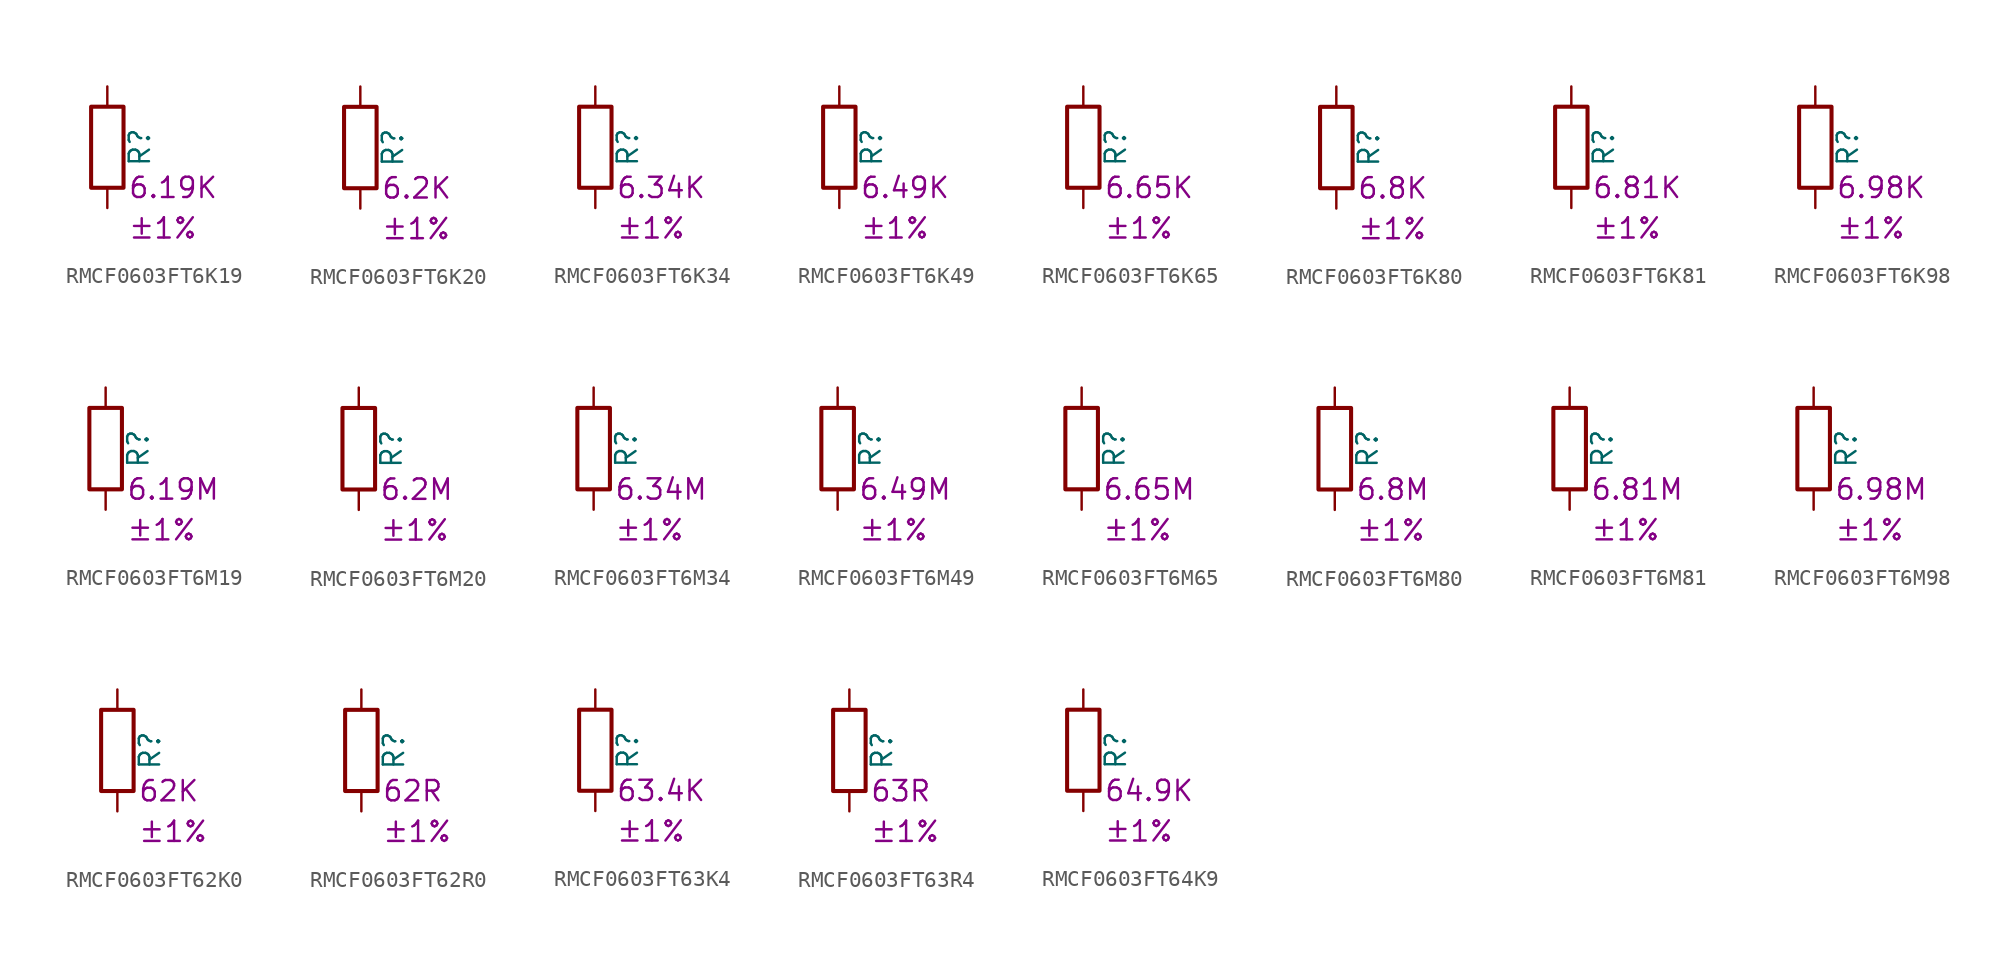
<source format=kicad_sym>
(kicad_symbol_lib
  (version 20220914)
  (generator kicad_symbol_editor)
  (symbol "RMCF0603FT6K19"
    (pin_numbers hide)
    (pin_names
      (offset 0))
    (property "Reference" "R"
      (at 2.032 0 90)
      (effects (font (size 1.27 1.27))))
    (property "Resistance" "6.19K"
      (at 1.27 -2.54 0)
      (effects (font (size 1.27 1.27)) (justify left)))
    (property "Tolerance" "±1%"
      (at 1.27 -5.08 0)
      (effects (font (size 1.27 1.27)) (justify left)))
    (symbol "RMCF0603FT6K19_0_1"
      (rectangle (start -1.016 -2.54) (end 1.016 2.54) (stroke (width 0.254) (type default)) (fill (type none))))
    (symbol "RMCF0603FT6K19_1_1"
      (pin passive line (at 0 3.81 270) (length 1.27) (name "~" (effects (font (size 1.27 1.27)))) (number "1" (effects (font (size 1.27 1.27)))))
      (pin passive line (at 0 -3.81 90) (length 1.27) (name "~" (effects (font (size 1.27 1.27)))) (number "2" (effects (font (size 1.27 1.27)))))))
  (symbol "RMCF0603FT6K20"
    (pin_numbers hide)
    (pin_names
      (offset 0))
    (property "Reference" "R"
      (at 2.032 0 90)
      (effects (font (size 1.27 1.27))))
    (property "Resistance" "6.2K"
      (at 1.27 -2.54 0)
      (effects (font (size 1.27 1.27)) (justify left)))
    (property "Tolerance" "±1%"
      (at 1.27 -5.08 0)
      (effects (font (size 1.27 1.27)) (justify left)))
    (symbol "RMCF0603FT6K20_0_1"
      (rectangle (start -1.016 -2.54) (end 1.016 2.54) (stroke (width 0.254) (type default)) (fill (type none))))
    (symbol "RMCF0603FT6K20_1_1"
      (pin passive line (at 0 3.81 270) (length 1.27) (name "~" (effects (font (size 1.27 1.27)))) (number "1" (effects (font (size 1.27 1.27)))))
      (pin passive line (at 0 -3.81 90) (length 1.27) (name "~" (effects (font (size 1.27 1.27)))) (number "2" (effects (font (size 1.27 1.27)))))))
  (symbol "RMCF0603FT6K34"
    (pin_numbers hide)
    (pin_names
      (offset 0))
    (property "Reference" "R"
      (at 2.032 0 90)
      (effects (font (size 1.27 1.27))))
    (property "Resistance" "6.34K"
      (at 1.27 -2.54 0)
      (effects (font (size 1.27 1.27)) (justify left)))
    (property "Tolerance" "±1%"
      (at 1.27 -5.08 0)
      (effects (font (size 1.27 1.27)) (justify left)))
    (symbol "RMCF0603FT6K34_0_1"
      (rectangle (start -1.016 -2.54) (end 1.016 2.54) (stroke (width 0.254) (type default)) (fill (type none))))
    (symbol "RMCF0603FT6K34_1_1"
      (pin passive line (at 0 3.81 270) (length 1.27) (name "~" (effects (font (size 1.27 1.27)))) (number "1" (effects (font (size 1.27 1.27)))))
      (pin passive line (at 0 -3.81 90) (length 1.27) (name "~" (effects (font (size 1.27 1.27)))) (number "2" (effects (font (size 1.27 1.27)))))))
  (symbol "RMCF0603FT6K49"
    (pin_numbers hide)
    (pin_names
      (offset 0))
    (property "Reference" "R"
      (at 2.032 0 90)
      (effects (font (size 1.27 1.27))))
    (property "Resistance" "6.49K"
      (at 1.27 -2.54 0)
      (effects (font (size 1.27 1.27)) (justify left)))
    (property "Tolerance" "±1%"
      (at 1.27 -5.08 0)
      (effects (font (size 1.27 1.27)) (justify left)))
    (symbol "RMCF0603FT6K49_0_1"
      (rectangle (start -1.016 -2.54) (end 1.016 2.54) (stroke (width 0.254) (type default)) (fill (type none))))
    (symbol "RMCF0603FT6K49_1_1"
      (pin passive line (at 0 3.81 270) (length 1.27) (name "~" (effects (font (size 1.27 1.27)))) (number "1" (effects (font (size 1.27 1.27)))))
      (pin passive line (at 0 -3.81 90) (length 1.27) (name "~" (effects (font (size 1.27 1.27)))) (number "2" (effects (font (size 1.27 1.27)))))))
  (symbol "RMCF0603FT6K65"
    (pin_numbers hide)
    (pin_names
      (offset 0))
    (property "Reference" "R"
      (at 2.032 0 90)
      (effects (font (size 1.27 1.27))))
    (property "Resistance" "6.65K"
      (at 1.27 -2.54 0)
      (effects (font (size 1.27 1.27)) (justify left)))
    (property "Tolerance" "±1%"
      (at 1.27 -5.08 0)
      (effects (font (size 1.27 1.27)) (justify left)))
    (symbol "RMCF0603FT6K65_0_1"
      (rectangle (start -1.016 -2.54) (end 1.016 2.54) (stroke (width 0.254) (type default)) (fill (type none))))
    (symbol "RMCF0603FT6K65_1_1"
      (pin passive line (at 0 3.81 270) (length 1.27) (name "~" (effects (font (size 1.27 1.27)))) (number "1" (effects (font (size 1.27 1.27)))))
      (pin passive line (at 0 -3.81 90) (length 1.27) (name "~" (effects (font (size 1.27 1.27)))) (number "2" (effects (font (size 1.27 1.27)))))))
  (symbol "RMCF0603FT6K80"
    (pin_numbers hide)
    (pin_names
      (offset 0))
    (property "Reference" "R"
      (at 2.032 0 90)
      (effects (font (size 1.27 1.27))))
    (property "Resistance" "6.8K"
      (at 1.27 -2.54 0)
      (effects (font (size 1.27 1.27)) (justify left)))
    (property "Tolerance" "±1%"
      (at 1.27 -5.08 0)
      (effects (font (size 1.27 1.27)) (justify left)))
    (symbol "RMCF0603FT6K80_0_1"
      (rectangle (start -1.016 -2.54) (end 1.016 2.54) (stroke (width 0.254) (type default)) (fill (type none))))
    (symbol "RMCF0603FT6K80_1_1"
      (pin passive line (at 0 3.81 270) (length 1.27) (name "~" (effects (font (size 1.27 1.27)))) (number "1" (effects (font (size 1.27 1.27)))))
      (pin passive line (at 0 -3.81 90) (length 1.27) (name "~" (effects (font (size 1.27 1.27)))) (number "2" (effects (font (size 1.27 1.27)))))))
  (symbol "RMCF0603FT6K81"
    (pin_numbers hide)
    (pin_names
      (offset 0))
    (property "Reference" "R"
      (at 2.032 0 90)
      (effects (font (size 1.27 1.27))))
    (property "Resistance" "6.81K"
      (at 1.27 -2.54 0)
      (effects (font (size 1.27 1.27)) (justify left)))
    (property "Tolerance" "±1%"
      (at 1.27 -5.08 0)
      (effects (font (size 1.27 1.27)) (justify left)))
    (symbol "RMCF0603FT6K81_0_1"
      (rectangle (start -1.016 -2.54) (end 1.016 2.54) (stroke (width 0.254) (type default)) (fill (type none))))
    (symbol "RMCF0603FT6K81_1_1"
      (pin passive line (at 0 3.81 270) (length 1.27) (name "~" (effects (font (size 1.27 1.27)))) (number "1" (effects (font (size 1.27 1.27)))))
      (pin passive line (at 0 -3.81 90) (length 1.27) (name "~" (effects (font (size 1.27 1.27)))) (number "2" (effects (font (size 1.27 1.27)))))))
  (symbol "RMCF0603FT6K98"
    (pin_numbers hide)
    (pin_names
      (offset 0))
    (property "Reference" "R"
      (at 2.032 0 90)
      (effects (font (size 1.27 1.27))))
    (property "Resistance" "6.98K"
      (at 1.27 -2.54 0)
      (effects (font (size 1.27 1.27)) (justify left)))
    (property "Tolerance" "±1%"
      (at 1.27 -5.08 0)
      (effects (font (size 1.27 1.27)) (justify left)))
    (symbol "RMCF0603FT6K98_0_1"
      (rectangle (start -1.016 -2.54) (end 1.016 2.54) (stroke (width 0.254) (type default)) (fill (type none))))
    (symbol "RMCF0603FT6K98_1_1"
      (pin passive line (at 0 3.81 270) (length 1.27) (name "~" (effects (font (size 1.27 1.27)))) (number "1" (effects (font (size 1.27 1.27)))))
      (pin passive line (at 0 -3.81 90) (length 1.27) (name "~" (effects (font (size 1.27 1.27)))) (number "2" (effects (font (size 1.27 1.27)))))))
  (symbol "RMCF0603FT6M19"
    (pin_numbers hide)
    (pin_names
      (offset 0))
    (property "Reference" "R"
      (at 2.032 0 90)
      (effects (font (size 1.27 1.27))))
    (property "Resistance" "6.19M"
      (at 1.27 -2.54 0)
      (effects (font (size 1.27 1.27)) (justify left)))
    (property "Tolerance" "±1%"
      (at 1.27 -5.08 0)
      (effects (font (size 1.27 1.27)) (justify left)))
    (symbol "RMCF0603FT6M19_0_1"
      (rectangle (start -1.016 -2.54) (end 1.016 2.54) (stroke (width 0.254) (type default)) (fill (type none))))
    (symbol "RMCF0603FT6M19_1_1"
      (pin passive line (at 0 3.81 270) (length 1.27) (name "~" (effects (font (size 1.27 1.27)))) (number "1" (effects (font (size 1.27 1.27)))))
      (pin passive line (at 0 -3.81 90) (length 1.27) (name "~" (effects (font (size 1.27 1.27)))) (number "2" (effects (font (size 1.27 1.27)))))))
  (symbol "RMCF0603FT6M20"
    (pin_numbers hide)
    (pin_names
      (offset 0))
    (property "Reference" "R"
      (at 2.032 0 90)
      (effects (font (size 1.27 1.27))))
    (property "Resistance" "6.2M"
      (at 1.27 -2.54 0)
      (effects (font (size 1.27 1.27)) (justify left)))
    (property "Tolerance" "±1%"
      (at 1.27 -5.08 0)
      (effects (font (size 1.27 1.27)) (justify left)))
    (symbol "RMCF0603FT6M20_0_1"
      (rectangle (start -1.016 -2.54) (end 1.016 2.54) (stroke (width 0.254) (type default)) (fill (type none))))
    (symbol "RMCF0603FT6M20_1_1"
      (pin passive line (at 0 3.81 270) (length 1.27) (name "~" (effects (font (size 1.27 1.27)))) (number "1" (effects (font (size 1.27 1.27)))))
      (pin passive line (at 0 -3.81 90) (length 1.27) (name "~" (effects (font (size 1.27 1.27)))) (number "2" (effects (font (size 1.27 1.27)))))))
  (symbol "RMCF0603FT6M34"
    (pin_numbers hide)
    (pin_names
      (offset 0))
    (property "Reference" "R"
      (at 2.032 0 90)
      (effects (font (size 1.27 1.27))))
    (property "Resistance" "6.34M"
      (at 1.27 -2.54 0)
      (effects (font (size 1.27 1.27)) (justify left)))
    (property "Tolerance" "±1%"
      (at 1.27 -5.08 0)
      (effects (font (size 1.27 1.27)) (justify left)))
    (symbol "RMCF0603FT6M34_0_1"
      (rectangle (start -1.016 -2.54) (end 1.016 2.54) (stroke (width 0.254) (type default)) (fill (type none))))
    (symbol "RMCF0603FT6M34_1_1"
      (pin passive line (at 0 3.81 270) (length 1.27) (name "~" (effects (font (size 1.27 1.27)))) (number "1" (effects (font (size 1.27 1.27)))))
      (pin passive line (at 0 -3.81 90) (length 1.27) (name "~" (effects (font (size 1.27 1.27)))) (number "2" (effects (font (size 1.27 1.27)))))))
  (symbol "RMCF0603FT6M49"
    (pin_numbers hide)
    (pin_names
      (offset 0))
    (property "Reference" "R"
      (at 2.032 0 90)
      (effects (font (size 1.27 1.27))))
    (property "Resistance" "6.49M"
      (at 1.27 -2.54 0)
      (effects (font (size 1.27 1.27)) (justify left)))
    (property "Tolerance" "±1%"
      (at 1.27 -5.08 0)
      (effects (font (size 1.27 1.27)) (justify left)))
    (symbol "RMCF0603FT6M49_0_1"
      (rectangle (start -1.016 -2.54) (end 1.016 2.54) (stroke (width 0.254) (type default)) (fill (type none))))
    (symbol "RMCF0603FT6M49_1_1"
      (pin passive line (at 0 3.81 270) (length 1.27) (name "~" (effects (font (size 1.27 1.27)))) (number "1" (effects (font (size 1.27 1.27)))))
      (pin passive line (at 0 -3.81 90) (length 1.27) (name "~" (effects (font (size 1.27 1.27)))) (number "2" (effects (font (size 1.27 1.27)))))))
  (symbol "RMCF0603FT6M65"
    (pin_numbers hide)
    (pin_names
      (offset 0))
    (property "Reference" "R"
      (at 2.032 0 90)
      (effects (font (size 1.27 1.27))))
    (property "Resistance" "6.65M"
      (at 1.27 -2.54 0)
      (effects (font (size 1.27 1.27)) (justify left)))
    (property "Tolerance" "±1%"
      (at 1.27 -5.08 0)
      (effects (font (size 1.27 1.27)) (justify left)))
    (symbol "RMCF0603FT6M65_0_1"
      (rectangle (start -1.016 -2.54) (end 1.016 2.54) (stroke (width 0.254) (type default)) (fill (type none))))
    (symbol "RMCF0603FT6M65_1_1"
      (pin passive line (at 0 3.81 270) (length 1.27) (name "~" (effects (font (size 1.27 1.27)))) (number "1" (effects (font (size 1.27 1.27)))))
      (pin passive line (at 0 -3.81 90) (length 1.27) (name "~" (effects (font (size 1.27 1.27)))) (number "2" (effects (font (size 1.27 1.27)))))))
  (symbol "RMCF0603FT6M80"
    (pin_numbers hide)
    (pin_names
      (offset 0))
    (property "Reference" "R"
      (at 2.032 0 90)
      (effects (font (size 1.27 1.27))))
    (property "Resistance" "6.8M"
      (at 1.27 -2.54 0)
      (effects (font (size 1.27 1.27)) (justify left)))
    (property "Tolerance" "±1%"
      (at 1.27 -5.08 0)
      (effects (font (size 1.27 1.27)) (justify left)))
    (symbol "RMCF0603FT6M80_0_1"
      (rectangle (start -1.016 -2.54) (end 1.016 2.54) (stroke (width 0.254) (type default)) (fill (type none))))
    (symbol "RMCF0603FT6M80_1_1"
      (pin passive line (at 0 3.81 270) (length 1.27) (name "~" (effects (font (size 1.27 1.27)))) (number "1" (effects (font (size 1.27 1.27)))))
      (pin passive line (at 0 -3.81 90) (length 1.27) (name "~" (effects (font (size 1.27 1.27)))) (number "2" (effects (font (size 1.27 1.27)))))))
  (symbol "RMCF0603FT6M81"
    (pin_numbers hide)
    (pin_names
      (offset 0))
    (property "Reference" "R"
      (at 2.032 0 90)
      (effects (font (size 1.27 1.27))))
    (property "Resistance" "6.81M"
      (at 1.27 -2.54 0)
      (effects (font (size 1.27 1.27)) (justify left)))
    (property "Tolerance" "±1%"
      (at 1.27 -5.08 0)
      (effects (font (size 1.27 1.27)) (justify left)))
    (symbol "RMCF0603FT6M81_0_1"
      (rectangle (start -1.016 -2.54) (end 1.016 2.54) (stroke (width 0.254) (type default)) (fill (type none))))
    (symbol "RMCF0603FT6M81_1_1"
      (pin passive line (at 0 3.81 270) (length 1.27) (name "~" (effects (font (size 1.27 1.27)))) (number "1" (effects (font (size 1.27 1.27)))))
      (pin passive line (at 0 -3.81 90) (length 1.27) (name "~" (effects (font (size 1.27 1.27)))) (number "2" (effects (font (size 1.27 1.27)))))))
  (symbol "RMCF0603FT6M98"
    (pin_numbers hide)
    (pin_names
      (offset 0))
    (property "Reference" "R"
      (at 2.032 0 90)
      (effects (font (size 1.27 1.27))))
    (property "Resistance" "6.98M"
      (at 1.27 -2.54 0)
      (effects (font (size 1.27 1.27)) (justify left)))
    (property "Tolerance" "±1%"
      (at 1.27 -5.08 0)
      (effects (font (size 1.27 1.27)) (justify left)))
    (symbol "RMCF0603FT6M98_0_1"
      (rectangle (start -1.016 -2.54) (end 1.016 2.54) (stroke (width 0.254) (type default)) (fill (type none))))
    (symbol "RMCF0603FT6M98_1_1"
      (pin passive line (at 0 3.81 270) (length 1.27) (name "~" (effects (font (size 1.27 1.27)))) (number "1" (effects (font (size 1.27 1.27)))))
      (pin passive line (at 0 -3.81 90) (length 1.27) (name "~" (effects (font (size 1.27 1.27)))) (number "2" (effects (font (size 1.27 1.27)))))))
  (symbol "RMCF0603FT62K0"
    (pin_numbers hide)
    (pin_names
      (offset 0))
    (property "Reference" "R"
      (at 2.032 0 90)
      (effects (font (size 1.27 1.27))))
    (property "Resistance" "62K"
      (at 1.27 -2.54 0)
      (effects (font (size 1.27 1.27)) (justify left)))
    (property "Tolerance" "±1%"
      (at 1.27 -5.08 0)
      (effects (font (size 1.27 1.27)) (justify left)))
    (symbol "RMCF0603FT62K0_0_1"
      (rectangle (start -1.016 -2.54) (end 1.016 2.54) (stroke (width 0.254) (type default)) (fill (type none))))
    (symbol "RMCF0603FT62K0_1_1"
      (pin passive line (at 0 3.81 270) (length 1.27) (name "~" (effects (font (size 1.27 1.27)))) (number "1" (effects (font (size 1.27 1.27)))))
      (pin passive line (at 0 -3.81 90) (length 1.27) (name "~" (effects (font (size 1.27 1.27)))) (number "2" (effects (font (size 1.27 1.27)))))))
  (symbol "RMCF0603FT62R0"
    (pin_numbers hide)
    (pin_names
      (offset 0))
    (property "Reference" "R"
      (at 2.032 0 90)
      (effects (font (size 1.27 1.27))))
    (property "Resistance" "62R"
      (at 1.27 -2.54 0)
      (effects (font (size 1.27 1.27)) (justify left)))
    (property "Tolerance" "±1%"
      (at 1.27 -5.08 0)
      (effects (font (size 1.27 1.27)) (justify left)))
    (symbol "RMCF0603FT62R0_0_1"
      (rectangle (start -1.016 -2.54) (end 1.016 2.54) (stroke (width 0.254) (type default)) (fill (type none))))
    (symbol "RMCF0603FT62R0_1_1"
      (pin passive line (at 0 3.81 270) (length 1.27) (name "~" (effects (font (size 1.27 1.27)))) (number "1" (effects (font (size 1.27 1.27)))))
      (pin passive line (at 0 -3.81 90) (length 1.27) (name "~" (effects (font (size 1.27 1.27)))) (number "2" (effects (font (size 1.27 1.27)))))))
  (symbol "RMCF0603FT63K4"
    (pin_numbers hide)
    (pin_names
      (offset 0))
    (property "Reference" "R"
      (at 2.032 0 90)
      (effects (font (size 1.27 1.27))))
    (property "Resistance" "63.4K"
      (at 1.27 -2.54 0)
      (effects (font (size 1.27 1.27)) (justify left)))
    (property "Tolerance" "±1%"
      (at 1.27 -5.08 0)
      (effects (font (size 1.27 1.27)) (justify left)))
    (symbol "RMCF0603FT63K4_0_1"
      (rectangle (start -1.016 -2.54) (end 1.016 2.54) (stroke (width 0.254) (type default)) (fill (type none))))
    (symbol "RMCF0603FT63K4_1_1"
      (pin passive line (at 0 3.81 270) (length 1.27) (name "~" (effects (font (size 1.27 1.27)))) (number "1" (effects (font (size 1.27 1.27)))))
      (pin passive line (at 0 -3.81 90) (length 1.27) (name "~" (effects (font (size 1.27 1.27)))) (number "2" (effects (font (size 1.27 1.27)))))))
  (symbol "RMCF0603FT63R4"
    (pin_numbers hide)
    (pin_names
      (offset 0))
    (property "Reference" "R"
      (at 2.032 0 90)
      (effects (font (size 1.27 1.27))))
    (property "Resistance" "63R"
      (at 1.27 -2.54 0)
      (effects (font (size 1.27 1.27)) (justify left)))
    (property "Tolerance" "±1%"
      (at 1.27 -5.08 0)
      (effects (font (size 1.27 1.27)) (justify left)))
    (symbol "RMCF0603FT63R4_0_1"
      (rectangle (start -1.016 -2.54) (end 1.016 2.54) (stroke (width 0.254) (type default)) (fill (type none))))
    (symbol "RMCF0603FT63R4_1_1"
      (pin passive line (at 0 3.81 270) (length 1.27) (name "~" (effects (font (size 1.27 1.27)))) (number "1" (effects (font (size 1.27 1.27)))))
      (pin passive line (at 0 -3.81 90) (length 1.27) (name "~" (effects (font (size 1.27 1.27)))) (number "2" (effects (font (size 1.27 1.27)))))))
  (symbol "RMCF0603FT64K9"
    (pin_numbers hide)
    (pin_names
      (offset 0))
    (property "Reference" "R"
      (at 2.032 0 90)
      (effects (font (size 1.27 1.27))))
    (property "Resistance" "64.9K"
      (at 1.27 -2.54 0)
      (effects (font (size 1.27 1.27)) (justify left)))
    (property "Tolerance" "±1%"
      (at 1.27 -5.08 0)
      (effects (font (size 1.27 1.27)) (justify left)))
    (symbol "RMCF0603FT64K9_0_1"
      (rectangle (start -1.016 -2.54) (end 1.016 2.54) (stroke (width 0.254) (type default)) (fill (type none))))
    (symbol "RMCF0603FT64K9_1_1"
      (pin passive line (at 0 3.81 270) (length 1.27) (name "~" (effects (font (size 1.27 1.27)))) (number "1" (effects (font (size 1.27 1.27)))))
      (pin passive line (at 0 -3.81 90) (length 1.27) (name "~" (effects (font (size 1.27 1.27)))) (number "2" (effects (font (size 1.27 1.27))))))))
</source>
